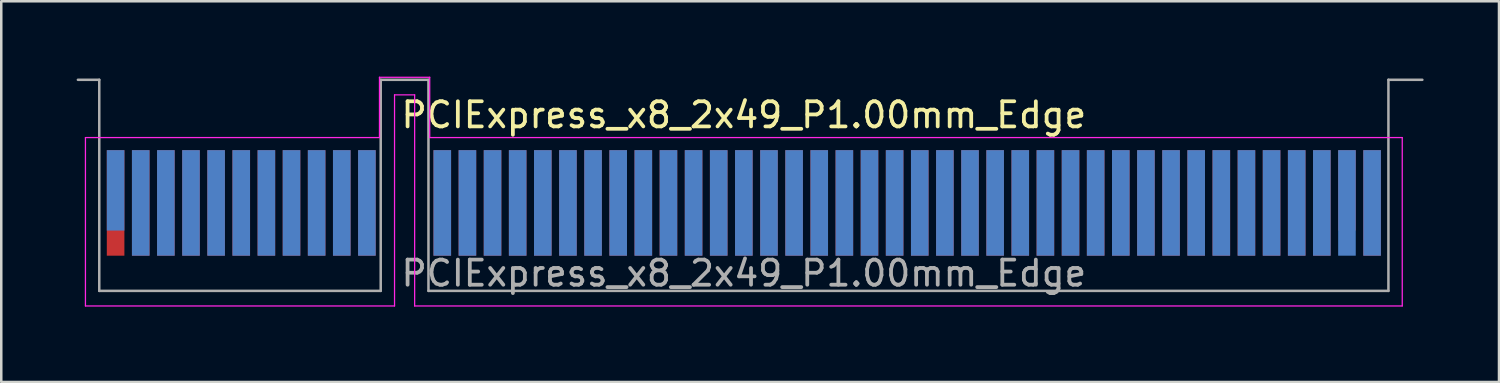
<source format=kicad_pcb>
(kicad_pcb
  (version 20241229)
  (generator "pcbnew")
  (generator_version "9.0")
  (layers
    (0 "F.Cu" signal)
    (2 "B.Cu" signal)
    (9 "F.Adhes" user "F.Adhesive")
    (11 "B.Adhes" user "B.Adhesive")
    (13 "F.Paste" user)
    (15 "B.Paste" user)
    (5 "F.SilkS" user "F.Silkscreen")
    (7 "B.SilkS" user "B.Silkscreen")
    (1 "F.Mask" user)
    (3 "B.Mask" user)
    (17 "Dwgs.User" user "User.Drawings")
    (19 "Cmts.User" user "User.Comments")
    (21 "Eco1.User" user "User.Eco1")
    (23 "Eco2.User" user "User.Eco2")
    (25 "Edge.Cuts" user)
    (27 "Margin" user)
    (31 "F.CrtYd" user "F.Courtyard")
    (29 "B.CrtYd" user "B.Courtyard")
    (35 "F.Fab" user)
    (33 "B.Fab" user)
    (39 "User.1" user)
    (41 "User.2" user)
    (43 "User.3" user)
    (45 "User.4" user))
  (footprint "PCIExpress_x8_2x49_P1.00mm_Edge"
    (layer "F.Cu")
    (at 26.55 5.025)
    (property "Reference" "PCIExpress_x8_2x49_P1.00mm_Edge" (at 0 -3.5 0) (layer "F.SilkS") (effects (font (size 1 1) (thickness 0.15))))
    (attr exclude_from_pos_files exclude_from_bom)
    (fp_line (start -26.2 -2.6) (end -26.2 4.1) (stroke (width 0.05) (type solid)) (layer "F.CrtYd"))
    (fp_line (start -26.2 4.1) (end -13.9 4.1) (stroke (width 0.05) (type solid)) (layer "F.CrtYd"))
    (fp_line (start -14.5 -5) (end -14.5 -2.6) (stroke (width 0.05) (type solid)) (layer "F.CrtYd"))
    (fp_line (start -14.5 -2.6) (end -26.2 -2.6) (stroke (width 0.05) (type solid)) (layer "F.CrtYd"))
    (fp_line (start -13.9 -4.3) (end -13.1 -4.3) (stroke (width 0.05) (type solid)) (layer "F.CrtYd"))
    (fp_line (start -13.9 4.1) (end -13.9 -4.3) (stroke (width 0.05) (type solid)) (layer "F.CrtYd"))
    (fp_line (start -13.1 -4.3) (end -13.1 4.1) (stroke (width 0.05) (type solid)) (layer "F.CrtYd"))
    (fp_line (start -13.1 4.1) (end 26.2 4.1) (stroke (width 0.05) (type solid)) (layer "F.CrtYd"))
    (fp_line (start -12.5 -5) (end -14.5 -5) (stroke (width 0.05) (type solid)) (layer "F.CrtYd"))
    (fp_line (start -12.5 -2.6) (end -12.5 -5) (stroke (width 0.05) (type solid)) (layer "F.CrtYd"))
    (fp_line (start 26.2 -2.6) (end -12.5 -2.6) (stroke (width 0.05) (type solid)) (layer "F.CrtYd"))
    (fp_line (start 26.2 4.1) (end 26.2 -2.6) (stroke (width 0.05) (type solid)) (layer "F.CrtYd"))
    (fp_line (start -25.65 -4.9) (end -26.5 -4.9) (stroke (width 0.1) (type solid)) (layer "F.Fab"))
    (fp_line (start -25.65 -4.9) (end -25.65 3.5) (stroke (width 0.1) (type solid)) (layer "F.Fab"))
    (fp_line (start -25.65 3.5) (end -14.45 3.5) (stroke (width 0.1) (type solid)) (layer "F.Fab"))
    (fp_line (start -14.45 -4.9) (end -14.45 3.5) (stroke (width 0.1) (type solid)) (layer "F.Fab"))
    (fp_line (start -14.45 -4.9) (end -12.55 -4.9) (stroke (width 0.1) (type solid)) (layer "F.Fab"))
    (fp_line (start -12.55 -4.9) (end -12.55 3.5) (stroke (width 0.1) (type solid)) (layer "F.Fab"))
    (fp_line (start -12.55 3.5) (end 25.65 3.5) (stroke (width 0.1) (type solid)) (layer "F.Fab"))
    (fp_line (start 25.65 -4.9) (end 25.65 3.5) (stroke (width 0.1) (type solid)) (layer "F.Fab"))
    (fp_line (start 25.65 -4.9) (end 27 -4.9) (stroke (width 0.1) (type solid)) (layer "F.Fab"))
    (fp_text user "${REFERENCE}" (at 0 2.8 0) (layer "F.Fab") (effects (font (size 1 1) (thickness 0.15))))
    (pad "A1" connect rect (at -25 -0.5) (size 0.7 3.2) (layers "B.Cu" "B.Mask"))
    (pad "A2" connect rect (at -24 0) (size 0.7 4.2) (layers "B.Cu" "B.Mask"))
    (pad "A3" connect rect (at -23 0) (size 0.7 4.2) (layers "B.Cu" "B.Mask"))
    (pad "A4" connect rect (at -22 0) (size 0.7 4.2) (layers "B.Cu" "B.Mask"))
    (pad "A5" connect rect (at -21 0) (size 0.7 4.2) (layers "B.Cu" "B.Mask"))
    (pad "A6" connect rect (at -20 0) (size 0.7 4.2) (layers "B.Cu" "B.Mask"))
    (pad "A7" connect rect (at -19 0) (size 0.7 4.2) (layers "B.Cu" "B.Mask"))
    (pad "A8" connect rect (at -18 0) (size 0.7 4.2) (layers "B.Cu" "B.Mask"))
    (pad "A9" connect rect (at -17 0) (size 0.7 4.2) (layers "B.Cu" "B.Mask"))
    (pad "A10" connect rect (at -16 0) (size 0.7 4.2) (layers "B.Cu" "B.Mask"))
    (pad "A11" connect rect (at -15 0) (size 0.7 4.2) (layers "B.Cu" "B.Mask"))
    (pad "A12" connect rect (at -12 0) (size 0.7 4.2) (layers "B.Cu" "B.Mask"))
    (pad "A13" connect rect (at -11 0) (size 0.7 4.2) (layers "B.Cu" "B.Mask"))
    (pad "A14" connect rect (at -10 0) (size 0.7 4.2) (layers "B.Cu" "B.Mask"))
    (pad "A15" connect rect (at -9 0) (size 0.7 4.2) (layers "B.Cu" "B.Mask"))
    (pad "A16" connect rect (at -8 0) (size 0.7 4.2) (layers "B.Cu" "B.Mask"))
    (pad "A17" connect rect (at -7 0) (size 0.7 4.2) (layers "B.Cu" "B.Mask"))
    (pad "A18" connect rect (at -6 0) (size 0.7 4.2) (layers "B.Cu" "B.Mask"))
    (pad "A19" connect rect (at -5 0) (size 0.7 4.2) (layers "B.Cu" "B.Mask"))
    (pad "A20" connect rect (at -4 0) (size 0.7 4.2) (layers "B.Cu" "B.Mask"))
    (pad "A21" connect rect (at -3 0) (size 0.7 4.2) (layers "B.Cu" "B.Mask"))
    (pad "A22" connect rect (at -2 0) (size 0.7 4.2) (layers "B.Cu" "B.Mask"))
    (pad "A23" connect rect (at -1 0) (size 0.7 4.2) (layers "B.Cu" "B.Mask"))
    (pad "A24" connect rect (at 0 0) (size 0.7 4.2) (layers "B.Cu" "B.Mask"))
    (pad "A25" connect rect (at 1 0) (size 0.7 4.2) (layers "B.Cu" "B.Mask"))
    (pad "A26" connect rect (at 2 0) (size 0.7 4.2) (layers "B.Cu" "B.Mask"))
    (pad "A27" connect rect (at 3 0) (size 0.7 4.2) (layers "B.Cu" "B.Mask"))
    (pad "A28" connect rect (at 4 0) (size 0.7 4.2) (layers "B.Cu" "B.Mask"))
    (pad "A29" connect rect (at 5 0) (size 0.7 4.2) (layers "B.Cu" "B.Mask"))
    (pad "A30" connect rect (at 6 0) (size 0.7 4.2) (layers "B.Cu" "B.Mask"))
    (pad "A31" connect rect (at 7 0) (size 0.7 4.2) (layers "B.Cu" "B.Mask"))
    (pad "A32" connect rect (at 8 0) (size 0.7 4.2) (layers "B.Cu" "B.Mask"))
    (pad "A33" connect rect (at 9 0) (size 0.7 4.2) (layers "B.Cu" "B.Mask"))
    (pad "A34" connect rect (at 10 0) (size 0.7 4.2) (layers "B.Cu" "B.Mask"))
    (pad "A35" connect rect (at 11 0) (size 0.7 4.2) (layers "B.Cu" "B.Mask"))
    (pad "A36" connect rect (at 12 0) (size 0.7 4.2) (layers "B.Cu" "B.Mask"))
    (pad "A37" connect rect (at 13 0) (size 0.7 4.2) (layers "B.Cu" "B.Mask"))
    (pad "A38" connect rect (at 14 0) (size 0.7 4.2) (layers "B.Cu" "B.Mask"))
    (pad "A39" connect rect (at 15 0) (size 0.7 4.2) (layers "B.Cu" "B.Mask"))
    (pad "A40" connect rect (at 16 0) (size 0.7 4.2) (layers "B.Cu" "B.Mask"))
    (pad "A41" connect rect (at 17 0) (size 0.7 4.2) (layers "B.Cu" "B.Mask"))
    (pad "A42" connect rect (at 18 0) (size 0.7 4.2) (layers "B.Cu" "B.Mask"))
    (pad "A43" connect rect (at 19 0) (size 0.7 4.2) (layers "B.Cu" "B.Mask"))
    (pad "A44" connect rect (at 20 0) (size 0.7 4.2) (layers "B.Cu" "B.Mask"))
    (pad "A45" connect rect (at 21 0) (size 0.7 4.2) (layers "B.Cu" "B.Mask"))
    (pad "A46" connect rect (at 22 0) (size 0.7 4.2) (layers "B.Cu" "B.Mask"))
    (pad "A47" connect rect (at 23 0) (size 0.7 4.2) (layers "B.Cu" "B.Mask"))
    (pad "A48" connect rect (at 24 0) (size 0.7 4.2) (layers "B.Cu" "B.Mask"))
    (pad "A49" connect rect (at 25 0) (size 0.7 4.2) (layers "B.Cu" "B.Mask"))
    (pad "B1" connect rect (at -25 0) (size 0.7 4.2) (layers "F.Cu" "F.Mask"))
    (pad "B2" connect rect (at -24 0) (size 0.7 4.2) (layers "F.Cu" "F.Mask"))
    (pad "B3" connect rect (at -23 0) (size 0.7 4.2) (layers "F.Cu" "F.Mask"))
    (pad "B4" connect rect (at -22 0) (size 0.7 4.2) (layers "F.Cu" "F.Mask"))
    (pad "B5" connect rect (at -21 0) (size 0.7 4.2) (layers "F.Cu" "F.Mask"))
    (pad "B6" connect rect (at -20 0) (size 0.7 4.2) (layers "F.Cu" "F.Mask"))
    (pad "B7" connect rect (at -19 0) (size 0.7 4.2) (layers "F.Cu" "F.Mask"))
    (pad "B8" connect rect (at -18 0) (size 0.7 4.2) (layers "F.Cu" "F.Mask"))
    (pad "B9" connect rect (at -17 0) (size 0.7 4.2) (layers "F.Cu" "F.Mask"))
    (pad "B10" connect rect (at -16 0) (size 0.7 4.2) (layers "F.Cu" "F.Mask"))
    (pad "B11" connect rect (at -15 0) (size 0.7 4.2) (layers "F.Cu" "F.Mask"))
    (pad "B12" connect rect (at -12 0) (size 0.7 4.2) (layers "F.Cu" "F.Mask"))
    (pad "B13" connect rect (at -11 0) (size 0.7 4.2) (layers "F.Cu" "F.Mask"))
    (pad "B14" connect rect (at -10 0) (size 0.7 4.2) (layers "F.Cu" "F.Mask"))
    (pad "B15" connect rect (at -9 0) (size 0.7 4.2) (layers "F.Cu" "F.Mask"))
    (pad "B16" connect rect (at -8 0) (size 0.7 4.2) (layers "F.Cu" "F.Mask"))
    (pad "B17" connect rect (at -7 0) (size 0.7 4.2) (layers "F.Cu" "F.Mask"))
    (pad "B18" connect rect (at -6 0) (size 0.7 4.2) (layers "F.Cu" "F.Mask"))
    (pad "B19" connect rect (at -5 0) (size 0.7 4.2) (layers "F.Cu" "F.Mask"))
    (pad "B20" connect rect (at -4 0) (size 0.7 4.2) (layers "F.Cu" "F.Mask"))
    (pad "B21" connect rect (at -3 0) (size 0.7 4.2) (layers "F.Cu" "F.Mask"))
    (pad "B22" connect rect (at -2 0) (size 0.7 4.2) (layers "F.Cu" "F.Mask"))
    (pad "B23" connect rect (at -1 0) (size 0.7 4.2) (layers "F.Cu" "F.Mask"))
    (pad "B24" connect rect (at 0 0) (size 0.7 4.2) (layers "F.Cu" "F.Mask"))
    (pad "B25" connect rect (at 1 0) (size 0.7 4.2) (layers "F.Cu" "F.Mask"))
    (pad "B26" connect rect (at 2 0) (size 0.7 4.2) (layers "F.Cu" "F.Mask"))
    (pad "B27" connect rect (at 3 0) (size 0.7 4.2) (layers "F.Cu" "F.Mask"))
    (pad "B28" connect rect (at 4 0) (size 0.7 4.2) (layers "F.Cu" "F.Mask"))
    (pad "B29" connect rect (at 5 0) (size 0.7 4.2) (layers "F.Cu" "F.Mask"))
    (pad "B30" connect rect (at 6 0) (size 0.7 4.2) (layers "F.Cu" "F.Mask"))
    (pad "B31" connect rect (at 7 0) (size 0.7 4.2) (layers "F.Cu" "F.Mask"))
    (pad "B32" connect rect (at 8 0) (size 0.7 4.2) (layers "F.Cu" "F.Mask"))
    (pad "B33" connect rect (at 9 0) (size 0.7 4.2) (layers "F.Cu" "F.Mask"))
    (pad "B34" connect rect (at 10 0) (size 0.7 4.2) (layers "F.Cu" "F.Mask"))
    (pad "B35" connect rect (at 11 0) (size 0.7 4.2) (layers "F.Cu" "F.Mask"))
    (pad "B36" connect rect (at 12 0) (size 0.7 4.2) (layers "F.Cu" "F.Mask"))
    (pad "B37" connect rect (at 13 0) (size 0.7 4.2) (layers "F.Cu" "F.Mask"))
    (pad "B38" connect rect (at 14 0) (size 0.7 4.2) (layers "F.Cu" "F.Mask"))
    (pad "B39" connect rect (at 15 0) (size 0.7 4.2) (layers "F.Cu" "F.Mask"))
    (pad "B40" connect rect (at 16 0) (size 0.7 4.2) (layers "F.Cu" "F.Mask"))
    (pad "B41" connect rect (at 17 0) (size 0.7 4.2) (layers "F.Cu" "F.Mask"))
    (pad "B42" connect rect (at 18 0) (size 0.7 4.2) (layers "F.Cu" "F.Mask"))
    (pad "B43" connect rect (at 19 0) (size 0.7 4.2) (layers "F.Cu" "F.Mask"))
    (pad "B44" connect rect (at 20 0) (size 0.7 4.2) (layers "F.Cu" "F.Mask"))
    (pad "B45" connect rect (at 21 0) (size 0.7 4.2) (layers "F.Cu" "F.Mask"))
    (pad "B46" connect rect (at 22 0) (size 0.7 4.2) (layers "F.Cu" "F.Mask"))
    (pad "B47" connect rect (at 23 0) (size 0.7 4.2) (layers "F.Cu" "F.Mask"))
    (pad "B48" connect rect (at 24 -0.5) (size 0.7 3.2) (layers "F.Cu" "F.Mask"))
    (pad "B49" connect rect (at 25 0) (size 0.7 4.2) (layers "F.Cu" "F.Mask")))
  (gr_rect
    (start -3 -3)
    (end 56.6 12.15)
    (stroke (width 0.1) (type default))
    (fill no)
    (layer "Edge.Cuts")))
</source>
